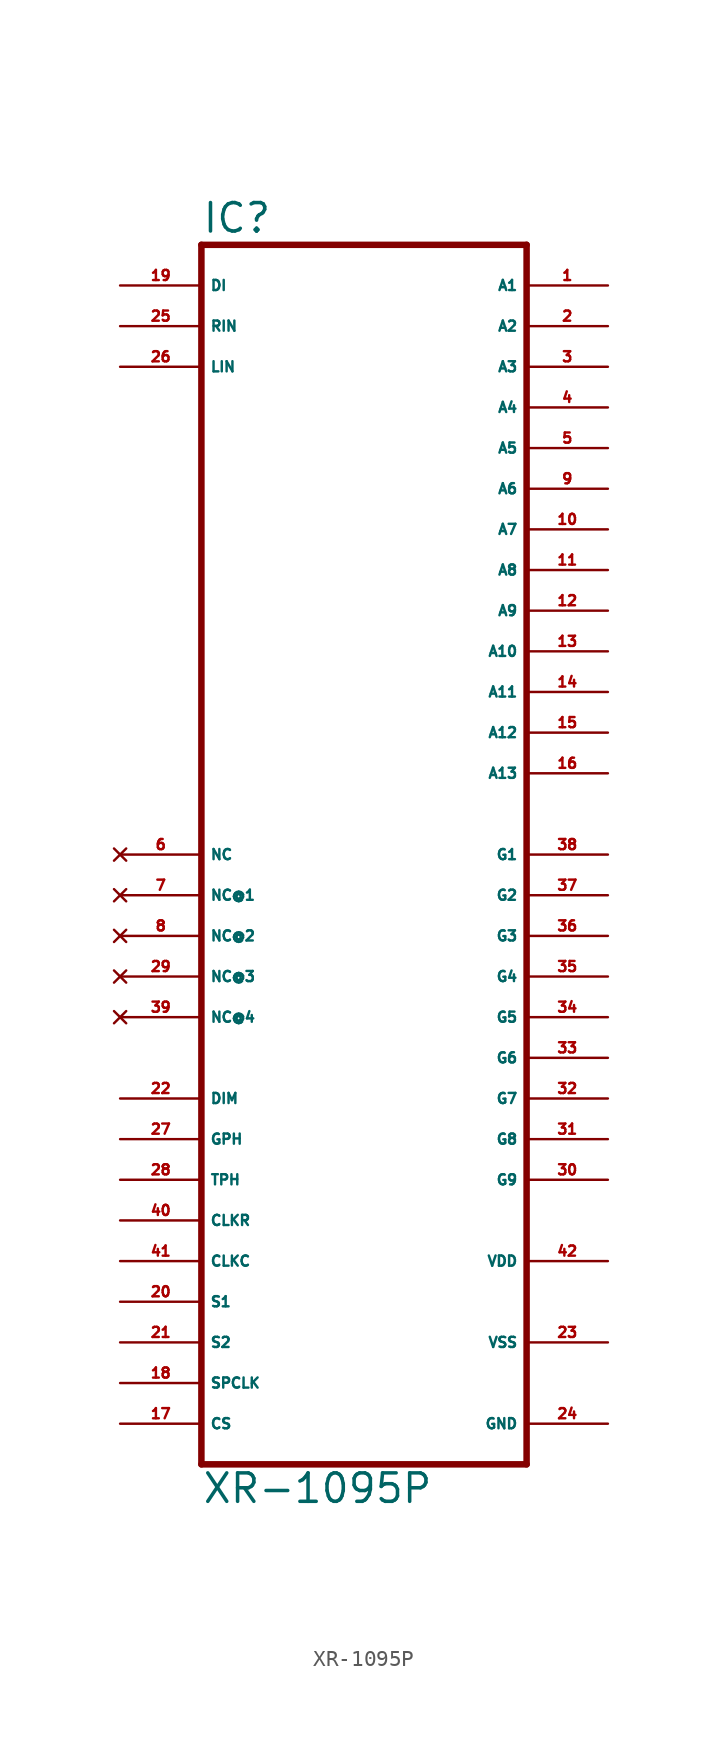
<source format=kicad_sym>
(kicad_symbol_lib
  (version 20220914)
  (generator Eagle2Kicad)
  (symbol "XR-1095P"
    (property "Reference" "IC"
      (at -10.16 38.735 0)
      (effects (font (size 1.778 1.778) (thickness 0.22)) (justify left bottom)))
    (property "Value" "XR-1095P"
      (at -10.16 -40.64 0)
      (effects (font (size 1.778 1.778) (thickness 0.22)) (justify left bottom)))
    (polyline
      (pts (xy 10.16 -38.1) (xy -10.16 -38.1))
      (stroke (width 0.406) (type default))
      (fill (type none)))
    (polyline
      (pts (xy -10.16 -38.1) (xy -10.16 38.1))
      (stroke (width 0.406) (type default))
      (fill (type none)))
    (polyline
      (pts (xy -10.16 38.1) (xy 10.16 38.1))
      (stroke (width 0.406) (type default))
      (fill (type none)))
    (polyline
      (pts (xy 10.16 38.1) (xy 10.16 -38.1))
      (stroke (width 0.406) (type default))
      (fill (type none)))
    (pin output line
      (at 15.24 35.56 180)
      (length 5.08)
      (name "A1" (effects (font (size 0.635 0.635) (thickness 0.08)) (justify left bottom)))
      (number "1" (effects (font (size 0.635 0.635) (thickness 0.08)) (justify left bottom))))
    (pin output line
      (at 15.24 33.02 180)
      (length 5.08)
      (name "A2" (effects (font (size 0.635 0.635) (thickness 0.08)) (justify left bottom)))
      (number "2" (effects (font (size 0.635 0.635) (thickness 0.08)) (justify left bottom))))
    (pin output line
      (at 15.24 30.48 180)
      (length 5.08)
      (name "A3" (effects (font (size 0.635 0.635) (thickness 0.08)) (justify left bottom)))
      (number "3" (effects (font (size 0.635 0.635) (thickness 0.08)) (justify left bottom))))
    (pin output line
      (at 15.24 27.94 180)
      (length 5.08)
      (name "A4" (effects (font (size 0.635 0.635) (thickness 0.08)) (justify left bottom)))
      (number "4" (effects (font (size 0.635 0.635) (thickness 0.08)) (justify left bottom))))
    (pin output line
      (at 15.24 25.4 180)
      (length 5.08)
      (name "A5" (effects (font (size 0.635 0.635) (thickness 0.08)) (justify left bottom)))
      (number "5" (effects (font (size 0.635 0.635) (thickness 0.08)) (justify left bottom))))
    (pin output line
      (at 15.24 22.86 180)
      (length 5.08)
      (name "A6" (effects (font (size 0.635 0.635) (thickness 0.08)) (justify left bottom)))
      (number "9" (effects (font (size 0.635 0.635) (thickness 0.08)) (justify left bottom))))
    (pin output line
      (at 15.24 20.32 180)
      (length 5.08)
      (name "A7" (effects (font (size 0.635 0.635) (thickness 0.08)) (justify left bottom)))
      (number "10" (effects (font (size 0.635 0.635) (thickness 0.08)) (justify left bottom))))
    (pin output line
      (at 15.24 17.78 180)
      (length 5.08)
      (name "A8" (effects (font (size 0.635 0.635) (thickness 0.08)) (justify left bottom)))
      (number "11" (effects (font (size 0.635 0.635) (thickness 0.08)) (justify left bottom))))
    (pin output line
      (at 15.24 15.24 180)
      (length 5.08)
      (name "A9" (effects (font (size 0.635 0.635) (thickness 0.08)) (justify left bottom)))
      (number "12" (effects (font (size 0.635 0.635) (thickness 0.08)) (justify left bottom))))
    (pin output line
      (at 15.24 12.7 180)
      (length 5.08)
      (name "A10" (effects (font (size 0.635 0.635) (thickness 0.08)) (justify left bottom)))
      (number "13" (effects (font (size 0.635 0.635) (thickness 0.08)) (justify left bottom))))
    (pin output line
      (at 15.24 10.16 180)
      (length 5.08)
      (name "A11" (effects (font (size 0.635 0.635) (thickness 0.08)) (justify left bottom)))
      (number "14" (effects (font (size 0.635 0.635) (thickness 0.08)) (justify left bottom))))
    (pin output line
      (at 15.24 7.62 180)
      (length 5.08)
      (name "A12" (effects (font (size 0.635 0.635) (thickness 0.08)) (justify left bottom)))
      (number "15" (effects (font (size 0.635 0.635) (thickness 0.08)) (justify left bottom))))
    (pin output line
      (at 15.24 5.08 180)
      (length 5.08)
      (name "A13" (effects (font (size 0.635 0.635) (thickness 0.08)) (justify left bottom)))
      (number "16" (effects (font (size 0.635 0.635) (thickness 0.08)) (justify left bottom))))
    (pin output line
      (at 15.24 0 180)
      (length 5.08)
      (name "G1" (effects (font (size 0.635 0.635) (thickness 0.08)) (justify left bottom)))
      (number "38" (effects (font (size 0.635 0.635) (thickness 0.08)) (justify left bottom))))
    (pin output line
      (at 15.24 -2.54 180)
      (length 5.08)
      (name "G2" (effects (font (size 0.635 0.635) (thickness 0.08)) (justify left bottom)))
      (number "37" (effects (font (size 0.635 0.635) (thickness 0.08)) (justify left bottom))))
    (pin output line
      (at 15.24 -5.08 180)
      (length 5.08)
      (name "G3" (effects (font (size 0.635 0.635) (thickness 0.08)) (justify left bottom)))
      (number "36" (effects (font (size 0.635 0.635) (thickness 0.08)) (justify left bottom))))
    (pin output line
      (at 15.24 -7.62 180)
      (length 5.08)
      (name "G4" (effects (font (size 0.635 0.635) (thickness 0.08)) (justify left bottom)))
      (number "35" (effects (font (size 0.635 0.635) (thickness 0.08)) (justify left bottom))))
    (pin output line
      (at 15.24 -10.16 180)
      (length 5.08)
      (name "G5" (effects (font (size 0.635 0.635) (thickness 0.08)) (justify left bottom)))
      (number "34" (effects (font (size 0.635 0.635) (thickness 0.08)) (justify left bottom))))
    (pin output line
      (at 15.24 -12.7 180)
      (length 5.08)
      (name "G6" (effects (font (size 0.635 0.635) (thickness 0.08)) (justify left bottom)))
      (number "33" (effects (font (size 0.635 0.635) (thickness 0.08)) (justify left bottom))))
    (pin output line
      (at 15.24 -15.24 180)
      (length 5.08)
      (name "G7" (effects (font (size 0.635 0.635) (thickness 0.08)) (justify left bottom)))
      (number "32" (effects (font (size 0.635 0.635) (thickness 0.08)) (justify left bottom))))
    (pin output line
      (at 15.24 -17.78 180)
      (length 5.08)
      (name "G8" (effects (font (size 0.635 0.635) (thickness 0.08)) (justify left bottom)))
      (number "31" (effects (font (size 0.635 0.635) (thickness 0.08)) (justify left bottom))))
    (pin output line
      (at 15.24 -20.32 180)
      (length 5.08)
      (name "G9" (effects (font (size 0.635 0.635) (thickness 0.08)) (justify left bottom)))
      (number "30" (effects (font (size 0.635 0.635) (thickness 0.08)) (justify left bottom))))
    (pin input line
      (at -15.24 35.56 0)
      (length 5.08)
      (name "DI" (effects (font (size 0.635 0.635) (thickness 0.08)) (justify left bottom)))
      (number "19" (effects (font (size 0.635 0.635) (thickness 0.08)) (justify left bottom))))
    (pin input line
      (at -15.24 33.02 0)
      (length 5.08)
      (name "RIN" (effects (font (size 0.635 0.635) (thickness 0.08)) (justify left bottom)))
      (number "25" (effects (font (size 0.635 0.635) (thickness 0.08)) (justify left bottom))))
    (pin input line
      (at -15.24 30.48 0)
      (length 5.08)
      (name "LIN" (effects (font (size 0.635 0.635) (thickness 0.08)) (justify left bottom)))
      (number "26" (effects (font (size 0.635 0.635) (thickness 0.08)) (justify left bottom))))
    (pin input line
      (at -15.24 -17.78 0)
      (length 5.08)
      (name "GPH" (effects (font (size 0.635 0.635) (thickness 0.08)) (justify left bottom)))
      (number "27" (effects (font (size 0.635 0.635) (thickness 0.08)) (justify left bottom))))
    (pin input line
      (at -15.24 -20.32 0)
      (length 5.08)
      (name "TPH" (effects (font (size 0.635 0.635) (thickness 0.08)) (justify left bottom)))
      (number "28" (effects (font (size 0.635 0.635) (thickness 0.08)) (justify left bottom))))
    (pin input line
      (at -15.24 -22.86 0)
      (length 5.08)
      (name "CLKR" (effects (font (size 0.635 0.635) (thickness 0.08)) (justify left bottom)))
      (number "40" (effects (font (size 0.635 0.635) (thickness 0.08)) (justify left bottom))))
    (pin input line
      (at -15.24 -25.4 0)
      (length 5.08)
      (name "CLKC" (effects (font (size 0.635 0.635) (thickness 0.08)) (justify left bottom)))
      (number "41" (effects (font (size 0.635 0.635) (thickness 0.08)) (justify left bottom))))
    (pin input line
      (at -15.24 -27.94 0)
      (length 5.08)
      (name "S1" (effects (font (size 0.635 0.635) (thickness 0.08)) (justify left bottom)))
      (number "20" (effects (font (size 0.635 0.635) (thickness 0.08)) (justify left bottom))))
    (pin input line
      (at -15.24 -30.48 0)
      (length 5.08)
      (name "S2" (effects (font (size 0.635 0.635) (thickness 0.08)) (justify left bottom)))
      (number "21" (effects (font (size 0.635 0.635) (thickness 0.08)) (justify left bottom))))
    (pin input line
      (at -15.24 -33.02 0)
      (length 5.08)
      (name "SPCLK" (effects (font (size 0.635 0.635) (thickness 0.08)) (justify left bottom)))
      (number "18" (effects (font (size 0.635 0.635) (thickness 0.08)) (justify left bottom))))
    (pin input line
      (at -15.24 -35.56 0)
      (length 5.08)
      (name "CS" (effects (font (size 0.635 0.635) (thickness 0.08)) (justify left bottom)))
      (number "17" (effects (font (size 0.635 0.635) (thickness 0.08)) (justify left bottom))))
    (pin input line
      (at -15.24 -15.24 0)
      (length 5.08)
      (name "DIM" (effects (font (size 0.635 0.635) (thickness 0.08)) (justify left bottom)))
      (number "22" (effects (font (size 0.635 0.635) (thickness 0.08)) (justify left bottom))))
    (pin no_connect line
      (at -15.24 0 0)
      (length 5.08)
      (name "NC" (effects (font (size 0.635 0.635) (thickness 0.08)) (justify left bottom) hide))
      (number "6" (effects (font (size 0.635 0.635) (thickness 0.08)) (justify left bottom) hide)))
    (pin no_connect line
      (at -15.24 -2.54 0)
      (length 5.08)
      (name "NC@1" (effects (font (size 0.635 0.635) (thickness 0.08)) (justify left bottom) hide))
      (number "7" (effects (font (size 0.635 0.635) (thickness 0.08)) (justify left bottom) hide)))
    (pin no_connect line
      (at -15.24 -5.08 0)
      (length 5.08)
      (name "NC@2" (effects (font (size 0.635 0.635) (thickness 0.08)) (justify left bottom) hide))
      (number "8" (effects (font (size 0.635 0.635) (thickness 0.08)) (justify left bottom) hide)))
    (pin no_connect line
      (at -15.24 -7.62 0)
      (length 5.08)
      (name "NC@3" (effects (font (size 0.635 0.635) (thickness 0.08)) (justify left bottom) hide))
      (number "29" (effects (font (size 0.635 0.635) (thickness 0.08)) (justify left bottom) hide)))
    (pin no_connect line
      (at -15.24 -10.16 0)
      (length 5.08)
      (name "NC@4" (effects (font (size 0.635 0.635) (thickness 0.08)) (justify left bottom) hide))
      (number "39" (effects (font (size 0.635 0.635) (thickness 0.08)) (justify left bottom) hide)))
    (pin unspecified line
      (at 15.24 -25.4 180)
      (length 5.08)
      (name "VDD" (effects (font (size 0.635 0.635) (thickness 0.08)) (justify left bottom)))
      (number "42" (effects (font (size 0.635 0.635) (thickness 0.08)) (justify left bottom))))
    (pin unspecified line
      (at 15.24 -30.48 180)
      (length 5.08)
      (name "VSS" (effects (font (size 0.635 0.635) (thickness 0.08)) (justify left bottom)))
      (number "23" (effects (font (size 0.635 0.635) (thickness 0.08)) (justify left bottom))))
    (pin unspecified line
      (at 15.24 -35.56 180)
      (length 5.08)
      (name "GND" (effects (font (size 0.635 0.635) (thickness 0.08)) (justify left bottom)))
      (number "24" (effects (font (size 0.635 0.635) (thickness 0.08)) (justify left bottom))))))
</source>
